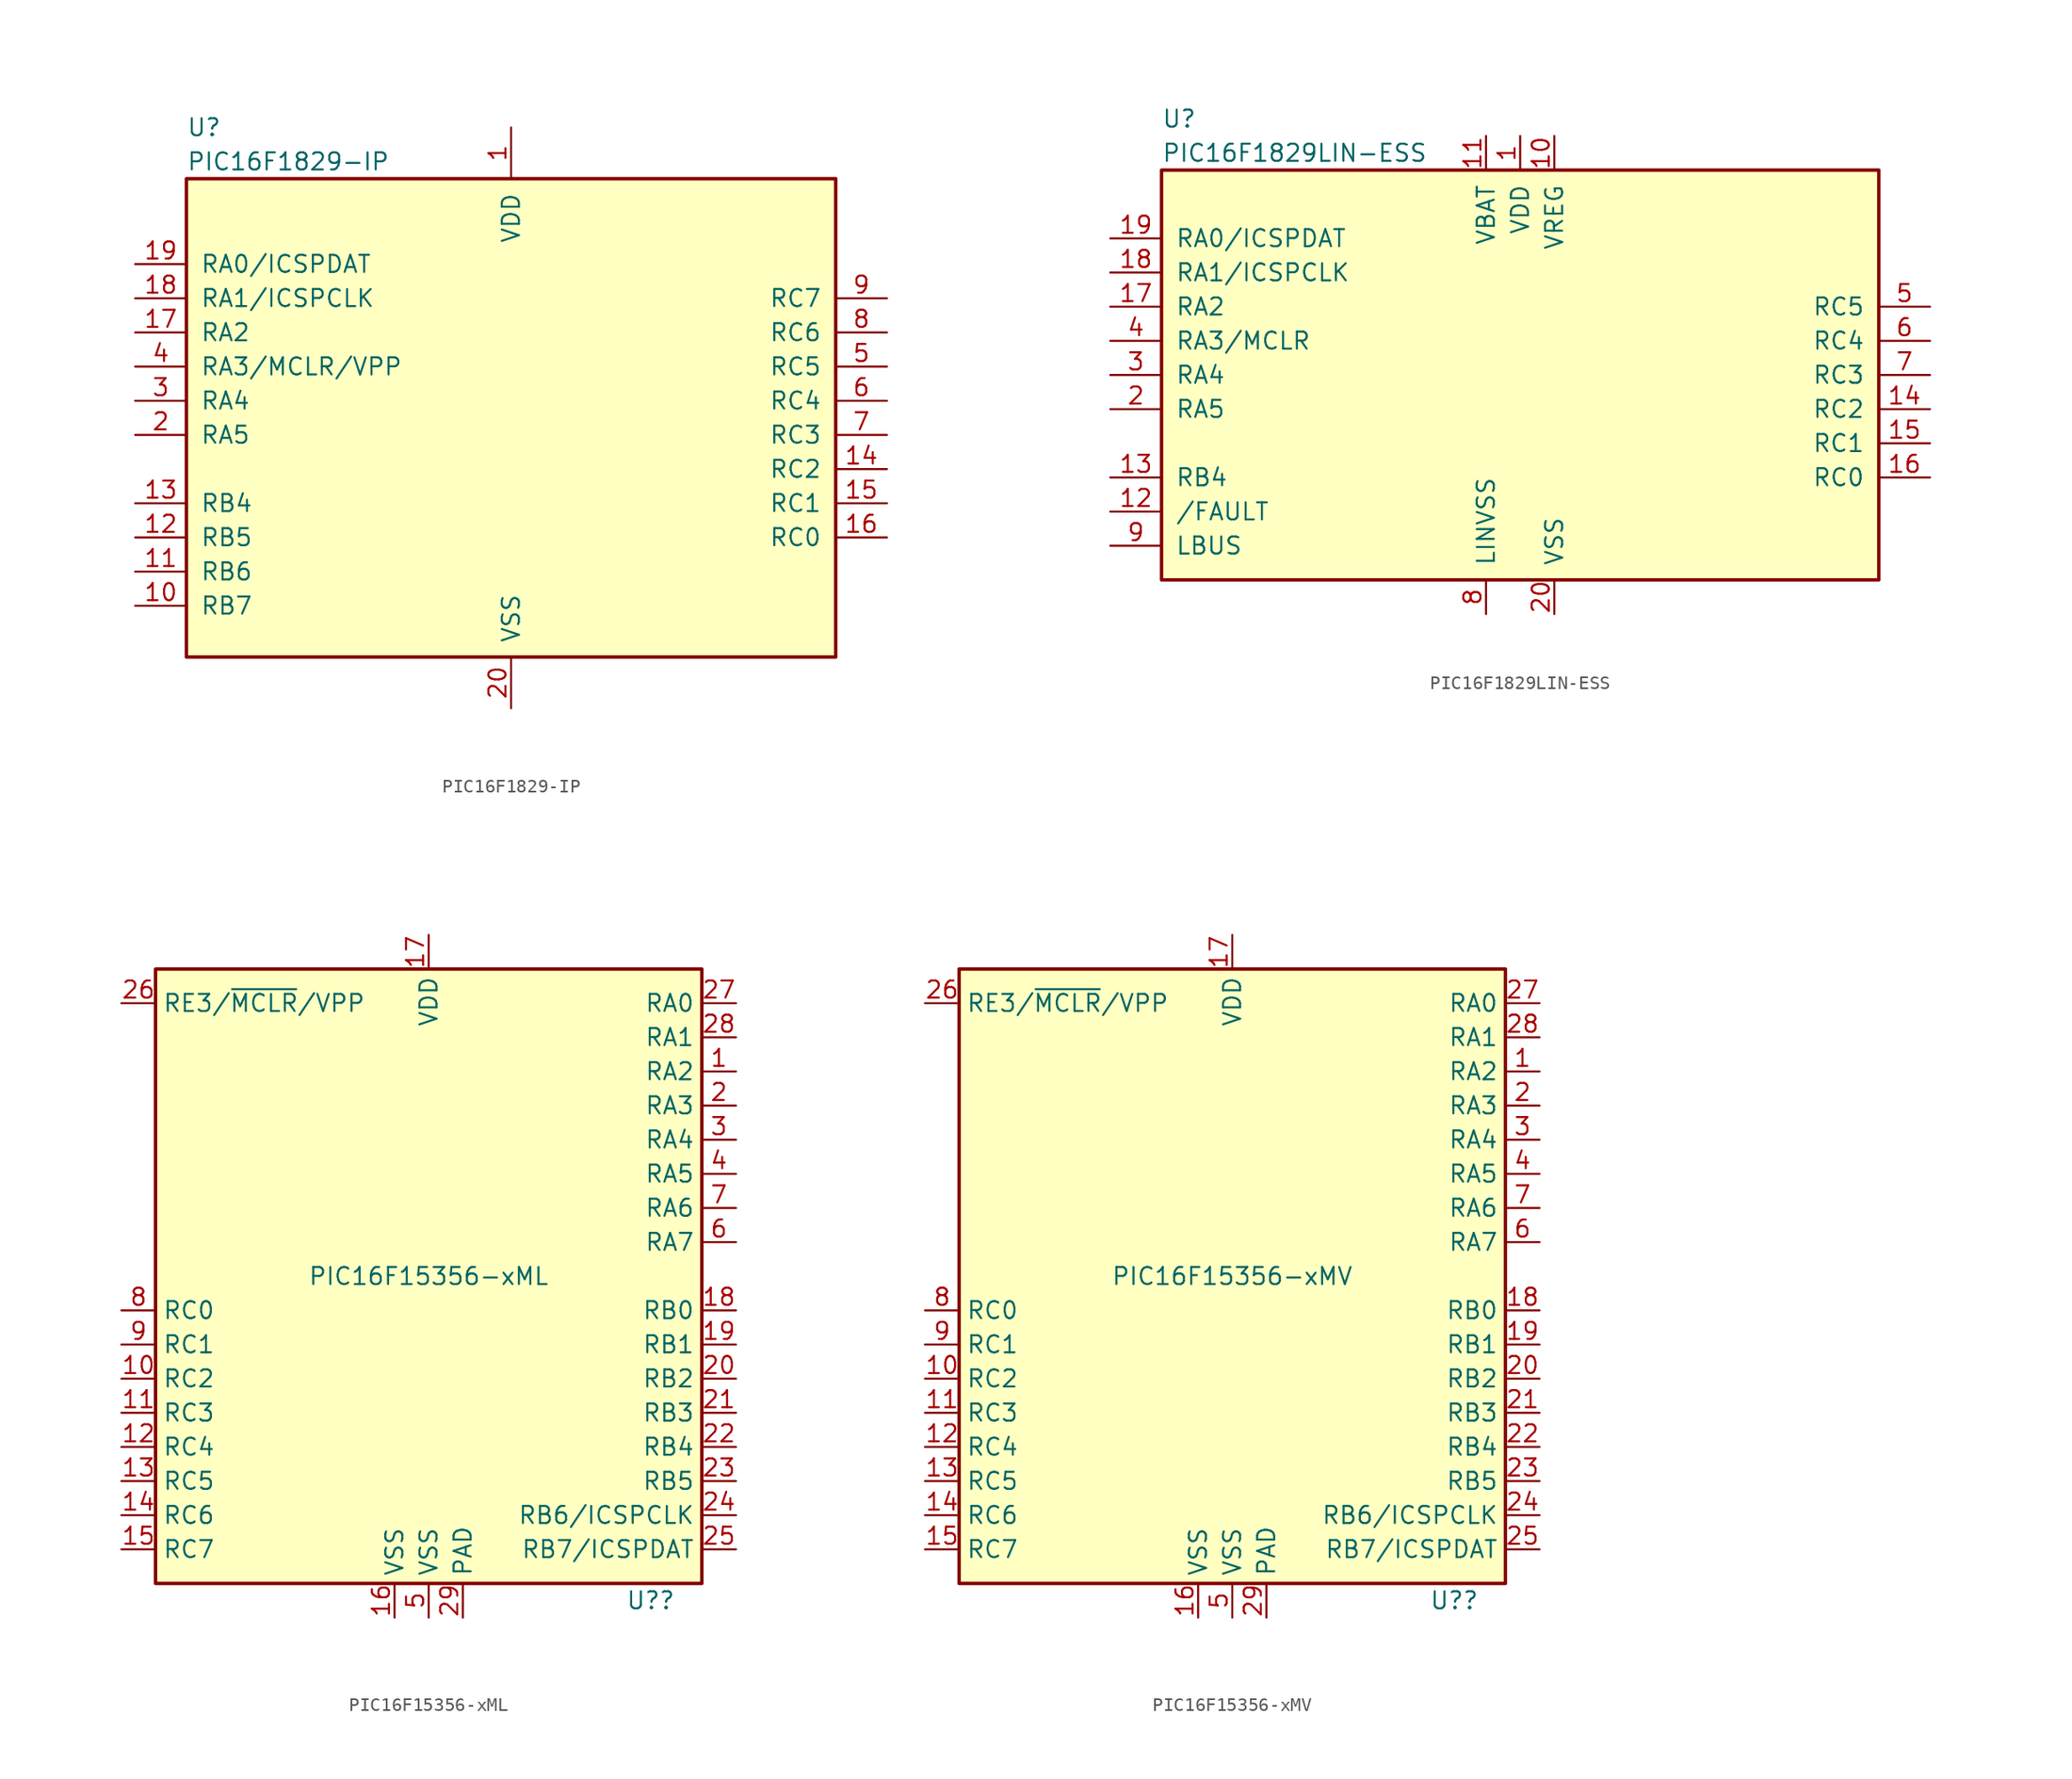
<source format=kicad_sym>
(kicad_symbol_lib
  (version 20241209)
  (generator "kicad_symbol_editor")
  (generator_version "9.0")
  (symbol "PIC16F1829-IP"
    (pin_names
      (offset 1.016))
    (property "Reference" "U"
      (at -24.13 22.86 0)
      (effects (font (size 1.27 1.27)) (justify left)))
    (property "Value" "PIC16F1829-IP"
      (at -24.13 20.32 0)
      (effects (font (size 1.27 1.27)) (justify left)))
    (symbol "PIC16F1829-IP_0_1"
      (rectangle (start -24.13 19.05) (end 24.13 -16.51) (stroke (width 0.254) (type default)) (fill (type background))))
    (symbol "PIC16F1829-IP_1_1"
      (pin bidirectional line (at -27.94 12.7 0) (length 3.81) (name "RA0/ICSPDAT" (effects (font (size 1.27 1.27)))) (number "19" (effects (font (size 1.27 1.27)))))
      (pin bidirectional line (at -27.94 10.16 0) (length 3.81) (name "RA1/ICSPCLK" (effects (font (size 1.27 1.27)))) (number "18" (effects (font (size 1.27 1.27)))))
      (pin bidirectional line (at -27.94 7.62 0) (length 3.81) (name "RA2" (effects (font (size 1.27 1.27)))) (number "17" (effects (font (size 1.27 1.27)))))
      (pin bidirectional line (at -27.94 5.08 0) (length 3.81) (name "RA3/MCLR/VPP" (effects (font (size 1.27 1.27)))) (number "4" (effects (font (size 1.27 1.27)))))
      (pin bidirectional line (at -27.94 2.54 0) (length 3.81) (name "RA4" (effects (font (size 1.27 1.27)))) (number "3" (effects (font (size 1.27 1.27)))))
      (pin bidirectional line (at -27.94 0 0) (length 3.81) (name "RA5" (effects (font (size 1.27 1.27)))) (number "2" (effects (font (size 1.27 1.27)))))
      (pin bidirectional line (at -27.94 -5.08 0) (length 3.81) (name "RB4" (effects (font (size 1.27 1.27)))) (number "13" (effects (font (size 1.27 1.27)))))
      (pin bidirectional line (at -27.94 -7.62 0) (length 3.81) (name "RB5" (effects (font (size 1.27 1.27)))) (number "12" (effects (font (size 1.27 1.27)))))
      (pin bidirectional line (at -27.94 -10.16 0) (length 3.81) (name "RB6" (effects (font (size 1.27 1.27)))) (number "11" (effects (font (size 1.27 1.27)))))
      (pin bidirectional line (at -27.94 -12.7 0) (length 3.81) (name "RB7" (effects (font (size 1.27 1.27)))) (number "10" (effects (font (size 1.27 1.27)))))
      (pin power_in line (at 0 22.86 270) (length 3.81) (name "VDD" (effects (font (size 1.27 1.27)))) (number "1" (effects (font (size 1.27 1.27)))))
      (pin power_in line (at 0 -20.32 90) (length 3.81) (name "VSS" (effects (font (size 1.27 1.27)))) (number "20" (effects (font (size 1.27 1.27)))))
      (pin bidirectional line (at 27.94 10.16 180) (length 3.81) (name "RC7" (effects (font (size 1.27 1.27)))) (number "9" (effects (font (size 1.27 1.27)))))
      (pin bidirectional line (at 27.94 7.62 180) (length 3.81) (name "RC6" (effects (font (size 1.27 1.27)))) (number "8" (effects (font (size 1.27 1.27)))))
      (pin bidirectional line (at 27.94 5.08 180) (length 3.81) (name "RC5" (effects (font (size 1.27 1.27)))) (number "5" (effects (font (size 1.27 1.27)))))
      (pin bidirectional line (at 27.94 2.54 180) (length 3.81) (name "RC4" (effects (font (size 1.27 1.27)))) (number "6" (effects (font (size 1.27 1.27)))))
      (pin bidirectional line (at 27.94 0 180) (length 3.81) (name "RC3" (effects (font (size 1.27 1.27)))) (number "7" (effects (font (size 1.27 1.27)))))
      (pin bidirectional line (at 27.94 -2.54 180) (length 3.81) (name "RC2" (effects (font (size 1.27 1.27)))) (number "14" (effects (font (size 1.27 1.27)))))
      (pin bidirectional line (at 27.94 -5.08 180) (length 3.81) (name "RC1" (effects (font (size 1.27 1.27)))) (number "15" (effects (font (size 1.27 1.27)))))
      (pin bidirectional line (at 27.94 -7.62 180) (length 3.81) (name "RC0" (effects (font (size 1.27 1.27)))) (number "16" (effects (font (size 1.27 1.27)))))))
  (symbol "PIC16F1829LIN-ESS"
    (pin_names
      (offset 1.016))
    (property "Reference" "U"
      (at -26.67 19.05 0)
      (effects (font (size 1.27 1.27)) (justify left)))
    (property "Value" "PIC16F1829LIN-ESS"
      (at -26.67 16.51 0)
      (effects (font (size 1.27 1.27)) (justify left)))
    (symbol "PIC16F1829LIN-ESS_0_1"
      (rectangle (start -26.67 15.24) (end 26.67 -15.24) (stroke (width 0.254) (type default)) (fill (type background))))
    (symbol "PIC16F1829LIN-ESS_1_1"
      (pin bidirectional line (at -30.48 10.16 0) (length 3.81) (name "RA0/ICSPDAT" (effects (font (size 1.27 1.27)))) (number "19" (effects (font (size 1.27 1.27)))))
      (pin bidirectional line (at -30.48 7.62 0) (length 3.81) (name "RA1/ICSPCLK" (effects (font (size 1.27 1.27)))) (number "18" (effects (font (size 1.27 1.27)))))
      (pin bidirectional line (at -30.48 5.08 0) (length 3.81) (name "RA2" (effects (font (size 1.27 1.27)))) (number "17" (effects (font (size 1.27 1.27)))))
      (pin bidirectional line (at -30.48 2.54 0) (length 3.81) (name "RA3/MCLR" (effects (font (size 1.27 1.27)))) (number "4" (effects (font (size 1.27 1.27)))))
      (pin bidirectional line (at -30.48 0 0) (length 3.81) (name "RA4" (effects (font (size 1.27 1.27)))) (number "3" (effects (font (size 1.27 1.27)))))
      (pin bidirectional line (at -30.48 -2.54 0) (length 3.81) (name "RA5" (effects (font (size 1.27 1.27)))) (number "2" (effects (font (size 1.27 1.27)))))
      (pin bidirectional line (at -30.48 -7.62 0) (length 3.81) (name "RB4" (effects (font (size 1.27 1.27)))) (number "13" (effects (font (size 1.27 1.27)))))
      (pin bidirectional line (at -30.48 -10.16 0) (length 3.81) (name "/FAULT" (effects (font (size 1.27 1.27)))) (number "12" (effects (font (size 1.27 1.27)))))
      (pin bidirectional line (at -30.48 -12.7 0) (length 3.81) (name "LBUS" (effects (font (size 1.27 1.27)))) (number "9" (effects (font (size 1.27 1.27)))))
      (pin power_in line (at -2.54 17.78 270) (length 2.54) (name "VBAT" (effects (font (size 1.27 1.27)))) (number "11" (effects (font (size 1.27 1.27)))))
      (pin power_in line (at -2.54 -17.78 90) (length 2.54) (name "LINVSS" (effects (font (size 1.27 1.27)))) (number "8" (effects (font (size 1.27 1.27)))))
      (pin power_in line (at 0 17.78 270) (length 2.54) (name "VDD" (effects (font (size 1.27 1.27)))) (number "1" (effects (font (size 1.27 1.27)))))
      (pin power_out line (at 2.54 17.78 270) (length 2.54) (name "VREG" (effects (font (size 1.27 1.27)))) (number "10" (effects (font (size 1.27 1.27)))))
      (pin power_in line (at 2.54 -17.78 90) (length 2.54) (name "VSS" (effects (font (size 1.27 1.27)))) (number "20" (effects (font (size 1.27 1.27)))))
      (pin bidirectional line (at 30.48 5.08 180) (length 3.81) (name "RC5" (effects (font (size 1.27 1.27)))) (number "5" (effects (font (size 1.27 1.27)))))
      (pin bidirectional line (at 30.48 2.54 180) (length 3.81) (name "RC4" (effects (font (size 1.27 1.27)))) (number "6" (effects (font (size 1.27 1.27)))))
      (pin bidirectional line (at 30.48 0 180) (length 3.81) (name "RC3" (effects (font (size 1.27 1.27)))) (number "7" (effects (font (size 1.27 1.27)))))
      (pin bidirectional line (at 30.48 -2.54 180) (length 3.81) (name "RC2" (effects (font (size 1.27 1.27)))) (number "14" (effects (font (size 1.27 1.27)))))
      (pin bidirectional line (at 30.48 -5.08 180) (length 3.81) (name "RC1" (effects (font (size 1.27 1.27)))) (number "15" (effects (font (size 1.27 1.27)))))
      (pin bidirectional line (at 30.48 -7.62 180) (length 3.81) (name "RC0" (effects (font (size 1.27 1.27)))) (number "16" (effects (font (size 1.27 1.27)))))))
  (symbol "PIC16F15356-xML"
    (property "Reference" "U?"
      (at 16.51 -24.13 0)
      (effects (font (size 1.27 1.27))))
    (property "Value" "PIC16F15356-xML"
      (at 0 0 0)
      (effects (font (size 1.27 1.27))))
    (symbol "PIC16F15356-xML_0_0"
      (pin power_in line (at 2.54 -25.4 90) (length 2.54) (name "PAD" (effects (font (size 1.27 1.27)))) (number "29" (effects (font (size 1.27 1.27))))))
    (symbol "PIC16F15356-xML_0_1"
      (rectangle (start -20.32 -22.86) (end 20.32 22.86) (stroke (width 0.254) (type default)) (fill (type background))))
    (symbol "PIC16F15356-xML_1_1"
      (pin bidirectional line (at -22.86 20.32 0) (length 2.54) (name "RE3/~{MCLR}/VPP" (effects (font (size 1.27 1.27)))) (number "26" (effects (font (size 1.27 1.27)))))
      (pin bidirectional line (at -22.86 -2.54 0) (length 2.54) (name "RC0" (effects (font (size 1.27 1.27)))) (number "8" (effects (font (size 1.27 1.27)))))
      (pin bidirectional line (at -22.86 -5.08 0) (length 2.54) (name "RC1" (effects (font (size 1.27 1.27)))) (number "9" (effects (font (size 1.27 1.27)))))
      (pin bidirectional line (at -22.86 -7.62 0) (length 2.54) (name "RC2" (effects (font (size 1.27 1.27)))) (number "10" (effects (font (size 1.27 1.27)))))
      (pin bidirectional line (at -22.86 -10.16 0) (length 2.54) (name "RC3" (effects (font (size 1.27 1.27)))) (number "11" (effects (font (size 1.27 1.27)))))
      (pin bidirectional line (at -22.86 -12.7 0) (length 2.54) (name "RC4" (effects (font (size 1.27 1.27)))) (number "12" (effects (font (size 1.27 1.27)))))
      (pin bidirectional line (at -22.86 -15.24 0) (length 2.54) (name "RC5" (effects (font (size 1.27 1.27)))) (number "13" (effects (font (size 1.27 1.27)))))
      (pin bidirectional line (at -22.86 -17.78 0) (length 2.54) (name "RC6" (effects (font (size 1.27 1.27)))) (number "14" (effects (font (size 1.27 1.27)))))
      (pin bidirectional line (at -22.86 -20.32 0) (length 2.54) (name "RC7" (effects (font (size 1.27 1.27)))) (number "15" (effects (font (size 1.27 1.27)))))
      (pin power_in line (at -2.54 -25.4 90) (length 2.54) (name "VSS" (effects (font (size 1.27 1.27)))) (number "16" (effects (font (size 1.27 1.27)))))
      (pin power_in line (at 0 25.4 270) (length 2.54) (name "VDD" (effects (font (size 1.27 1.27)))) (number "17" (effects (font (size 1.27 1.27)))))
      (pin power_in line (at 0 -25.4 90) (length 2.54) (name "VSS" (effects (font (size 1.27 1.27)))) (number "5" (effects (font (size 1.27 1.27)))))
      (pin bidirectional line (at 22.86 20.32 180) (length 2.54) (name "RA0" (effects (font (size 1.27 1.27)))) (number "27" (effects (font (size 1.27 1.27)))))
      (pin bidirectional line (at 22.86 17.78 180) (length 2.54) (name "RA1" (effects (font (size 1.27 1.27)))) (number "28" (effects (font (size 1.27 1.27)))))
      (pin bidirectional line (at 22.86 15.24 180) (length 2.54) (name "RA2" (effects (font (size 1.27 1.27)))) (number "1" (effects (font (size 1.27 1.27)))))
      (pin bidirectional line (at 22.86 12.7 180) (length 2.54) (name "RA3" (effects (font (size 1.27 1.27)))) (number "2" (effects (font (size 1.27 1.27)))))
      (pin bidirectional line (at 22.86 10.16 180) (length 2.54) (name "RA4" (effects (font (size 1.27 1.27)))) (number "3" (effects (font (size 1.27 1.27)))))
      (pin bidirectional line (at 22.86 7.62 180) (length 2.54) (name "RA5" (effects (font (size 1.27 1.27)))) (number "4" (effects (font (size 1.27 1.27)))))
      (pin bidirectional line (at 22.86 5.08 180) (length 2.54) (name "RA6" (effects (font (size 1.27 1.27)))) (number "7" (effects (font (size 1.27 1.27)))))
      (pin bidirectional line (at 22.86 2.54 180) (length 2.54) (name "RA7" (effects (font (size 1.27 1.27)))) (number "6" (effects (font (size 1.27 1.27)))))
      (pin bidirectional line (at 22.86 -2.54 180) (length 2.54) (name "RB0" (effects (font (size 1.27 1.27)))) (number "18" (effects (font (size 1.27 1.27)))))
      (pin bidirectional line (at 22.86 -5.08 180) (length 2.54) (name "RB1" (effects (font (size 1.27 1.27)))) (number "19" (effects (font (size 1.27 1.27)))))
      (pin bidirectional line (at 22.86 -7.62 180) (length 2.54) (name "RB2" (effects (font (size 1.27 1.27)))) (number "20" (effects (font (size 1.27 1.27)))))
      (pin bidirectional line (at 22.86 -10.16 180) (length 2.54) (name "RB3" (effects (font (size 1.27 1.27)))) (number "21" (effects (font (size 1.27 1.27)))))
      (pin bidirectional line (at 22.86 -12.7 180) (length 2.54) (name "RB4" (effects (font (size 1.27 1.27)))) (number "22" (effects (font (size 1.27 1.27)))))
      (pin bidirectional line (at 22.86 -15.24 180) (length 2.54) (name "RB5" (effects (font (size 1.27 1.27)))) (number "23" (effects (font (size 1.27 1.27)))))
      (pin bidirectional line (at 22.86 -17.78 180) (length 2.54) (name "RB6/ICSPCLK" (effects (font (size 1.27 1.27)))) (number "24" (effects (font (size 1.27 1.27)))))
      (pin bidirectional line (at 22.86 -20.32 180) (length 2.54) (name "RB7/ICSPDAT" (effects (font (size 1.27 1.27)))) (number "25" (effects (font (size 1.27 1.27)))))))
  (symbol "PIC16F15356-xMV"
    (property "Reference" "U?"
      (at 16.51 -24.13 0)
      (effects (font (size 1.27 1.27))))
    (property "Value" "PIC16F15356-xMV"
      (at 0 0 0)
      (effects (font (size 1.27 1.27))))
    (symbol "PIC16F15356-xMV_0_0"
      (pin power_in line (at 2.54 -25.4 90) (length 2.54) (name "PAD" (effects (font (size 1.27 1.27)))) (number "29" (effects (font (size 1.27 1.27))))))
    (symbol "PIC16F15356-xMV_0_1"
      (rectangle (start -20.32 -22.86) (end 20.32 22.86) (stroke (width 0.254) (type default)) (fill (type background))))
    (symbol "PIC16F15356-xMV_1_1"
      (pin bidirectional line (at -22.86 20.32 0) (length 2.54) (name "RE3/~{MCLR}/VPP" (effects (font (size 1.27 1.27)))) (number "26" (effects (font (size 1.27 1.27)))))
      (pin bidirectional line (at -22.86 -2.54 0) (length 2.54) (name "RC0" (effects (font (size 1.27 1.27)))) (number "8" (effects (font (size 1.27 1.27)))))
      (pin bidirectional line (at -22.86 -5.08 0) (length 2.54) (name "RC1" (effects (font (size 1.27 1.27)))) (number "9" (effects (font (size 1.27 1.27)))))
      (pin bidirectional line (at -22.86 -7.62 0) (length 2.54) (name "RC2" (effects (font (size 1.27 1.27)))) (number "10" (effects (font (size 1.27 1.27)))))
      (pin bidirectional line (at -22.86 -10.16 0) (length 2.54) (name "RC3" (effects (font (size 1.27 1.27)))) (number "11" (effects (font (size 1.27 1.27)))))
      (pin bidirectional line (at -22.86 -12.7 0) (length 2.54) (name "RC4" (effects (font (size 1.27 1.27)))) (number "12" (effects (font (size 1.27 1.27)))))
      (pin bidirectional line (at -22.86 -15.24 0) (length 2.54) (name "RC5" (effects (font (size 1.27 1.27)))) (number "13" (effects (font (size 1.27 1.27)))))
      (pin bidirectional line (at -22.86 -17.78 0) (length 2.54) (name "RC6" (effects (font (size 1.27 1.27)))) (number "14" (effects (font (size 1.27 1.27)))))
      (pin bidirectional line (at -22.86 -20.32 0) (length 2.54) (name "RC7" (effects (font (size 1.27 1.27)))) (number "15" (effects (font (size 1.27 1.27)))))
      (pin power_in line (at -2.54 -25.4 90) (length 2.54) (name "VSS" (effects (font (size 1.27 1.27)))) (number "16" (effects (font (size 1.27 1.27)))))
      (pin power_in line (at 0 25.4 270) (length 2.54) (name "VDD" (effects (font (size 1.27 1.27)))) (number "17" (effects (font (size 1.27 1.27)))))
      (pin power_in line (at 0 -25.4 90) (length 2.54) (name "VSS" (effects (font (size 1.27 1.27)))) (number "5" (effects (font (size 1.27 1.27)))))
      (pin bidirectional line (at 22.86 20.32 180) (length 2.54) (name "RA0" (effects (font (size 1.27 1.27)))) (number "27" (effects (font (size 1.27 1.27)))))
      (pin bidirectional line (at 22.86 17.78 180) (length 2.54) (name "RA1" (effects (font (size 1.27 1.27)))) (number "28" (effects (font (size 1.27 1.27)))))
      (pin bidirectional line (at 22.86 15.24 180) (length 2.54) (name "RA2" (effects (font (size 1.27 1.27)))) (number "1" (effects (font (size 1.27 1.27)))))
      (pin bidirectional line (at 22.86 12.7 180) (length 2.54) (name "RA3" (effects (font (size 1.27 1.27)))) (number "2" (effects (font (size 1.27 1.27)))))
      (pin bidirectional line (at 22.86 10.16 180) (length 2.54) (name "RA4" (effects (font (size 1.27 1.27)))) (number "3" (effects (font (size 1.27 1.27)))))
      (pin bidirectional line (at 22.86 7.62 180) (length 2.54) (name "RA5" (effects (font (size 1.27 1.27)))) (number "4" (effects (font (size 1.27 1.27)))))
      (pin bidirectional line (at 22.86 5.08 180) (length 2.54) (name "RA6" (effects (font (size 1.27 1.27)))) (number "7" (effects (font (size 1.27 1.27)))))
      (pin bidirectional line (at 22.86 2.54 180) (length 2.54) (name "RA7" (effects (font (size 1.27 1.27)))) (number "6" (effects (font (size 1.27 1.27)))))
      (pin bidirectional line (at 22.86 -2.54 180) (length 2.54) (name "RB0" (effects (font (size 1.27 1.27)))) (number "18" (effects (font (size 1.27 1.27)))))
      (pin bidirectional line (at 22.86 -5.08 180) (length 2.54) (name "RB1" (effects (font (size 1.27 1.27)))) (number "19" (effects (font (size 1.27 1.27)))))
      (pin bidirectional line (at 22.86 -7.62 180) (length 2.54) (name "RB2" (effects (font (size 1.27 1.27)))) (number "20" (effects (font (size 1.27 1.27)))))
      (pin bidirectional line (at 22.86 -10.16 180) (length 2.54) (name "RB3" (effects (font (size 1.27 1.27)))) (number "21" (effects (font (size 1.27 1.27)))))
      (pin bidirectional line (at 22.86 -12.7 180) (length 2.54) (name "RB4" (effects (font (size 1.27 1.27)))) (number "22" (effects (font (size 1.27 1.27)))))
      (pin bidirectional line (at 22.86 -15.24 180) (length 2.54) (name "RB5" (effects (font (size 1.27 1.27)))) (number "23" (effects (font (size 1.27 1.27)))))
      (pin bidirectional line (at 22.86 -17.78 180) (length 2.54) (name "RB6/ICSPCLK" (effects (font (size 1.27 1.27)))) (number "24" (effects (font (size 1.27 1.27)))))
      (pin bidirectional line (at 22.86 -20.32 180) (length 2.54) (name "RB7/ICSPDAT" (effects (font (size 1.27 1.27)))) (number "25" (effects (font (size 1.27 1.27))))))))
</source>
